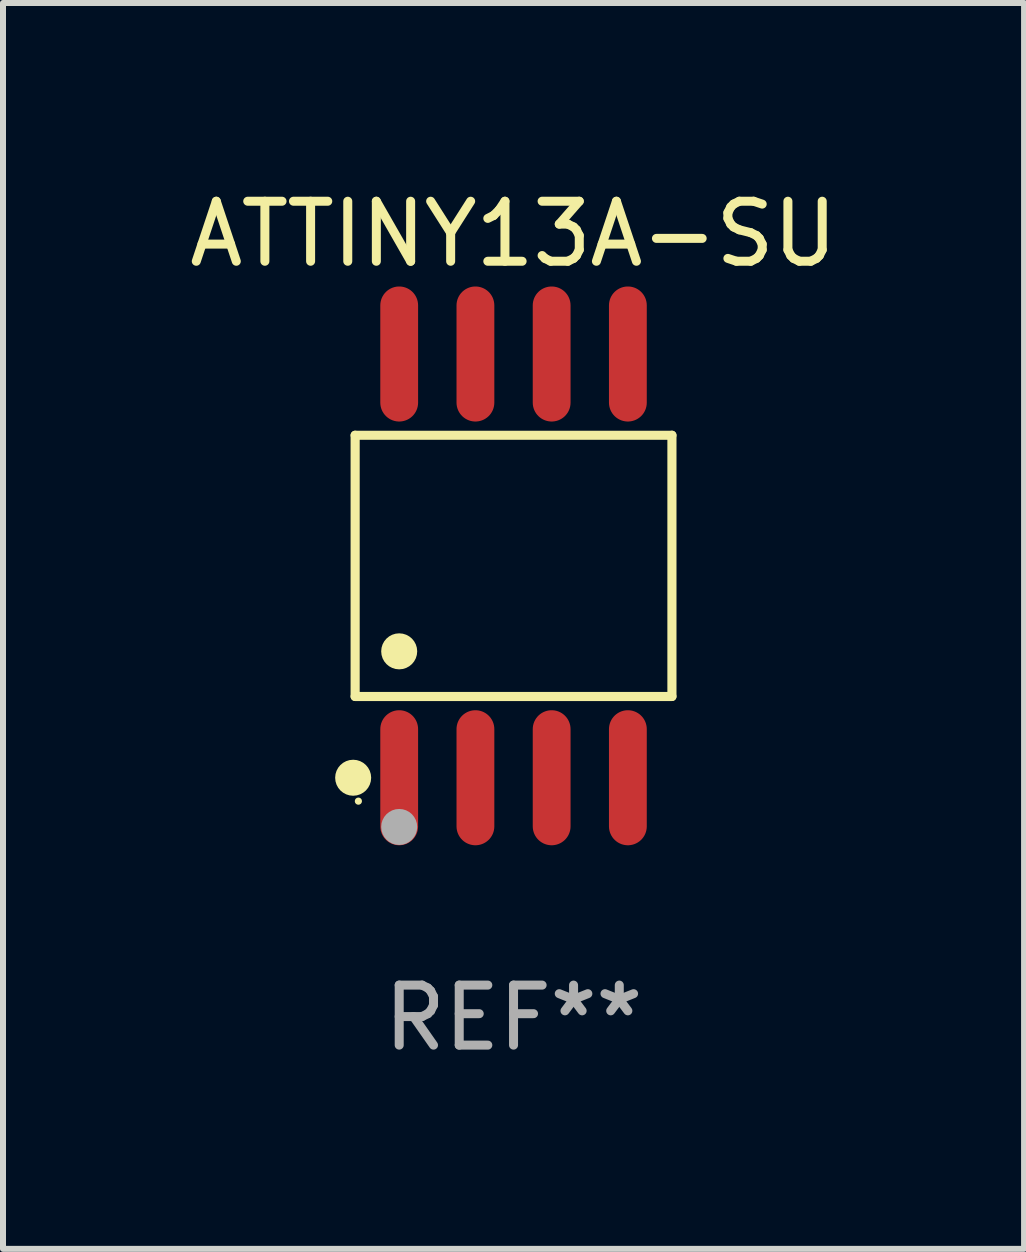
<source format=kicad_pcb>
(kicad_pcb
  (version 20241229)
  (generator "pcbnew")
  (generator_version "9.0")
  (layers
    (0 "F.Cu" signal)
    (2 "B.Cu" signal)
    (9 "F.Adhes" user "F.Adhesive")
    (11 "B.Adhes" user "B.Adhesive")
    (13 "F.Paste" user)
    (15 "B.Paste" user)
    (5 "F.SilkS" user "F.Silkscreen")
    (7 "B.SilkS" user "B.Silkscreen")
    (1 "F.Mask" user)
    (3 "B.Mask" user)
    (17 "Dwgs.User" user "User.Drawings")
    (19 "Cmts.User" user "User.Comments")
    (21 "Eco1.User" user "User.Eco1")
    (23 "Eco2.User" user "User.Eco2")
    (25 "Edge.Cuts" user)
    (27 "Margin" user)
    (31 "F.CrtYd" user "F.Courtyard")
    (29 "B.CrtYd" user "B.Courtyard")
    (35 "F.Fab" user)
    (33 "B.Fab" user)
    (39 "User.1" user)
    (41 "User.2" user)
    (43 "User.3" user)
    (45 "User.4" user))
  (footprint "ATTINY13A-SU"
    (layer "F.Cu")
    (at 5.506 6.378)
    (property "Reference" "ATTINY13A-SU" (at 0 -5.53 0) (layer "F.SilkS") (effects (font (size 1 1) (thickness 0.15))))
    (attr through_hole)
    (fp_line (start -2.639 -2.176) (end 2.639 -2.176) (stroke (width 0.152) (type solid)) (layer "F.SilkS"))
    (fp_line (start -2.639 2.176) (end -2.639 -2.176) (stroke (width 0.152) (type solid)) (layer "F.SilkS"))
    (fp_line (start 2.639 -2.176) (end 2.639 2.176) (stroke (width 0.152) (type solid)) (layer "F.SilkS"))
    (fp_line (start 2.639 2.176) (end -2.639 2.176) (stroke (width 0.152) (type solid)) (layer "F.SilkS"))
    (fp_circle (center -2.672 3.53) (end -2.522 3.53) (stroke (width 0.3) (type solid)) (fill no) (layer "F.SilkS"))
    (fp_circle (center -2.585 3.92) (end -2.555 3.92) (stroke (width 0.06) (type solid)) (fill no) (layer "F.SilkS"))
    (fp_circle (center -1.905 1.424) (end -1.755 1.424) (stroke (width 0.3) (type solid)) (fill no) (layer "F.SilkS"))
    (fp_circle (center -1.905 4.35) (end -1.755 4.35) (stroke (width 0.3) (type solid)) (fill no) (layer "F.Fab"))
    (fp_text user "REF**" (at 0 7.53 0) (layer "F.Fab") (effects (font (size 1 1) (thickness 0.15))))
    (pad "1" smd oval (at -1.905 3.53) (size 0.63 2.25) (layers "F.Cu" "F.Mask" "F.Paste"))
    (pad "2" smd oval (at -0.635 3.53) (size 0.63 2.25) (layers "F.Cu" "F.Mask" "F.Paste"))
    (pad "3" smd oval (at 0.635 3.53) (size 0.63 2.25) (layers "F.Cu" "F.Mask" "F.Paste"))
    (pad "4" smd oval (at 1.905 3.53) (size 0.63 2.25) (layers "F.Cu" "F.Mask" "F.Paste"))
    (pad "5" smd oval (at 1.905 -3.53) (size 0.63 2.25) (layers "F.Cu" "F.Mask" "F.Paste"))
    (pad "6" smd oval (at 0.635 -3.53) (size 0.63 2.25) (layers "F.Cu" "F.Mask" "F.Paste"))
    (pad "7" smd oval (at -0.635 -3.53) (size 0.63 2.25) (layers "F.Cu" "F.Mask" "F.Paste"))
    (pad "8" smd oval (at -1.905 -3.53) (size 0.63 2.25) (layers "F.Cu" "F.Mask" "F.Paste")))
  (gr_rect
    (start -3 -3)
    (end 14.012 17.757)
    (stroke (width 0.1) (type default))
    (fill no)
    (layer "Edge.Cuts")))
</source>
